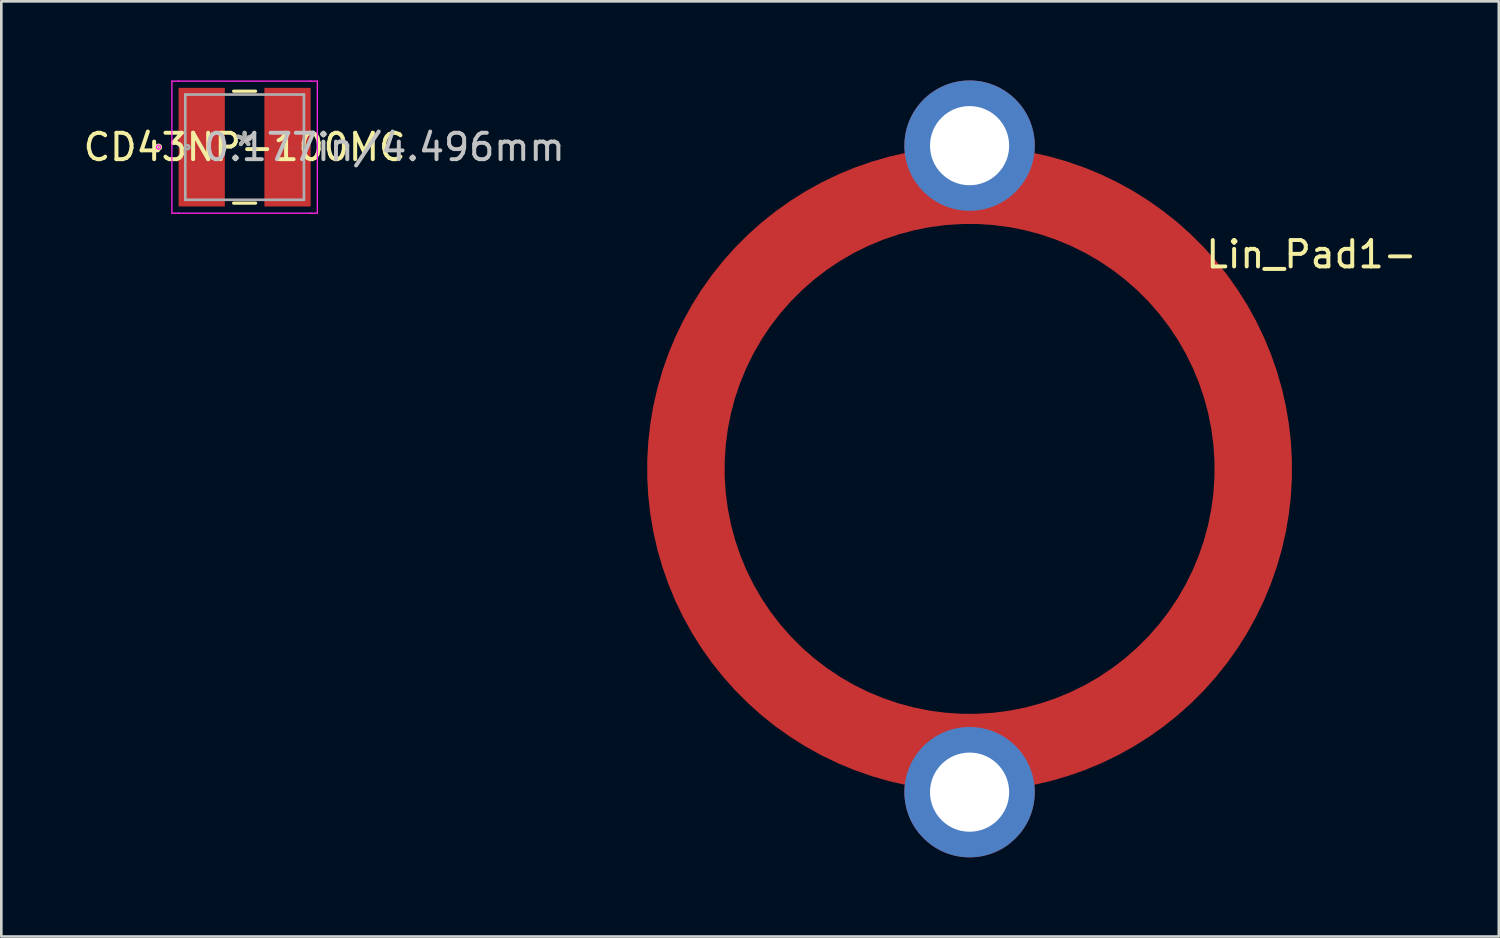
<source format=kicad_pcb>
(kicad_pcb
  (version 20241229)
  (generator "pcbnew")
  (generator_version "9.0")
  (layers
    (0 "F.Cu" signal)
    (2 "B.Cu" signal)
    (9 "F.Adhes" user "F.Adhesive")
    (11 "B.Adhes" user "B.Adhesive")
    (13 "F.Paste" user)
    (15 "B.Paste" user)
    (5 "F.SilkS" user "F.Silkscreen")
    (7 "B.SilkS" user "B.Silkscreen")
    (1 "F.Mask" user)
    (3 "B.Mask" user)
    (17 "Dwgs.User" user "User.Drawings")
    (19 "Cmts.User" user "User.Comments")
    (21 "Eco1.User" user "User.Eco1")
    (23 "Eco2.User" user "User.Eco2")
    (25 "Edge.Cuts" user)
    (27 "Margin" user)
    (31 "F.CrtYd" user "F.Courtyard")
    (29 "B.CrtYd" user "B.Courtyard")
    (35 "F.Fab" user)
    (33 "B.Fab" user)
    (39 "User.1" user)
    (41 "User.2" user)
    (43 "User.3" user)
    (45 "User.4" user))
  (footprint "Lin_Pad1-"
    (layer "F.Cu")
    (at 33.694 14.72)
    (property "Reference" "Lin_Pad1-" (at 12.954 -8.128 0) (layer "F.SilkS") (effects (font (size 1 1) (thickness 0.15))))
    (pad "1" smd circle (at -10.75 0) (size 1.524 1.524) (layers "F.Cu" "F.Mask" "F.Paste"))
    (pad "1" smd circle (at -7.366 -7.874) (size 1.524 1.524) (layers "F.Cu" "F.Mask" "F.Paste"))
    (pad "1" smd circle (at -6.858 8.128) (size 1.524 1.524) (layers "F.Cu" "F.Mask" "F.Paste"))
    (pad "1" thru_hole circle (at 0 -12.25) (size 4.94 4.94) (drill 3) (layers "*.Cu" "*.Mask"))
    (pad "1" smd custom (at 0 0) (size 0.001 0.001) (property pad_prop_heatsink) (layers "F.Cu" "F.Mask" "F.Paste") (options (anchor circle)) (primitives (gr_circle (center 0 0) (end 10.75 0) (width 2.94) (fill no))))
    (pad "1" thru_hole circle (at 0 12.25) (size 4.94 4.94) (drill 3) (layers "*.Cu" "*.Mask"))
    (pad "1" smd circle (at 6.096 -8.636) (size 1.524 1.524) (layers "F.Cu" "F.Mask" "F.Paste"))
    (pad "1" smd circle (at 7.62 7.366) (size 1.524 1.524) (layers "F.Cu" "F.Mask" "F.Paste"))
    (pad "1" smd circle (at 10.75 0) (size 1.524 1.524) (layers "F.Cu" "F.Mask" "F.Paste")))
  (footprint "CD43NP-100MC"
    (layer "F.Cu")
    (at 6.22 2.527)
    (property "Reference" "CD43NP-100MC" (at 0 0 0) (layer "F.SilkS") (effects (font (size 1 1) (thickness 0.15))))
    (attr through_hole)
    (fp_line (start -0.417 2.121) (end 0.417 2.121) (stroke (width 0.12) (type solid)) (layer "F.SilkS"))
    (fp_line (start 0.417 -2.121) (end -0.417 -2.121) (stroke (width 0.12) (type solid)) (layer "F.SilkS"))
    (fp_circle (center -3.264 0) (end -3.188 0) (stroke (width 0.12) (type solid)) (fill no) (layer "F.SilkS"))
    (fp_line (start -2.756 -2.502) (end -2.502 -2.502) (stroke (width 0.05) (type solid)) (layer "F.CrtYd"))
    (fp_line (start -2.756 2.502) (end -2.756 -2.502) (stroke (width 0.05) (type solid)) (layer "F.CrtYd"))
    (fp_line (start -2.502 -2.502) (end -2.502 -2.502) (stroke (width 0.05) (type solid)) (layer "F.CrtYd"))
    (fp_line (start -2.502 -2.502) (end 2.502 -2.502) (stroke (width 0.05) (type solid)) (layer "F.CrtYd"))
    (fp_line (start -2.502 2.502) (end -2.756 2.502) (stroke (width 0.05) (type solid)) (layer "F.CrtYd"))
    (fp_line (start -2.502 2.502) (end -2.502 2.502) (stroke (width 0.05) (type solid)) (layer "F.CrtYd"))
    (fp_line (start 2.502 -2.502) (end 2.502 -2.502) (stroke (width 0.05) (type solid)) (layer "F.CrtYd"))
    (fp_line (start 2.502 -2.502) (end 2.756 -2.502) (stroke (width 0.05) (type solid)) (layer "F.CrtYd"))
    (fp_line (start 2.502 2.502) (end -2.502 2.502) (stroke (width 0.05) (type solid)) (layer "F.CrtYd"))
    (fp_line (start 2.502 2.502) (end 2.502 2.502) (stroke (width 0.05) (type solid)) (layer "F.CrtYd"))
    (fp_line (start 2.756 -2.502) (end 2.756 2.502) (stroke (width 0.05) (type solid)) (layer "F.CrtYd"))
    (fp_line (start 2.756 2.502) (end 2.502 2.502) (stroke (width 0.05) (type solid)) (layer "F.CrtYd"))
    (fp_circle (center -3.264 0) (end -3.188 0) (stroke (width 0.05) (type solid)) (fill no) (layer "F.CrtYd"))
    (fp_line (start -2.248 -1.994) (end -2.248 1.994) (stroke (width 0.1) (type solid)) (layer "F.Fab"))
    (fp_line (start -2.248 1.994) (end 2.248 1.994) (stroke (width 0.1) (type solid)) (layer "F.Fab"))
    (fp_line (start 2.248 -1.994) (end -2.248 -1.994) (stroke (width 0.1) (type solid)) (layer "F.Fab"))
    (fp_line (start 2.248 1.994) (end 2.248 -1.994) (stroke (width 0.1) (type solid)) (layer "F.Fab"))
    (fp_circle (center -2.172 0) (end -2.095 0) (stroke (width 0.1) (type solid)) (fill no) (layer "F.Fab"))
    (fp_text user "*" (at 0 0 0) (layer "F.SilkS") (effects (font (size 1 1) (thickness 0.15))))
    (fp_text user "0.177in/4.496mm" (at 5.296 0 0) (layer "Dwgs.User") (effects (font (size 1 1) (thickness 0.15))))
    (fp_text user "Copyright 2021 Accelerated Designs. All rights reserved." (at 0 0 0) (layer "Cmts.User") (effects (font (size 0.127 0.127) (thickness 0.002))))
    (fp_text user "*" (at 0 0 0) (layer "F.Fab") (effects (font (size 1 1) (thickness 0.15))))
    (pad "1" smd rect (at -1.626 0) (size 1.753 4.496) (layers "F.Cu" "F.Mask" "F.Paste"))
    (pad "2" smd rect (at 1.626 0) (size 1.753 4.496) (layers "F.Cu" "F.Mask" "F.Paste")))
  (gr_rect
    (start -3 -3)
    (end 53.75 32.44)
    (stroke (width 0.1) (type default))
    (fill no)
    (layer "Edge.Cuts")))
</source>
